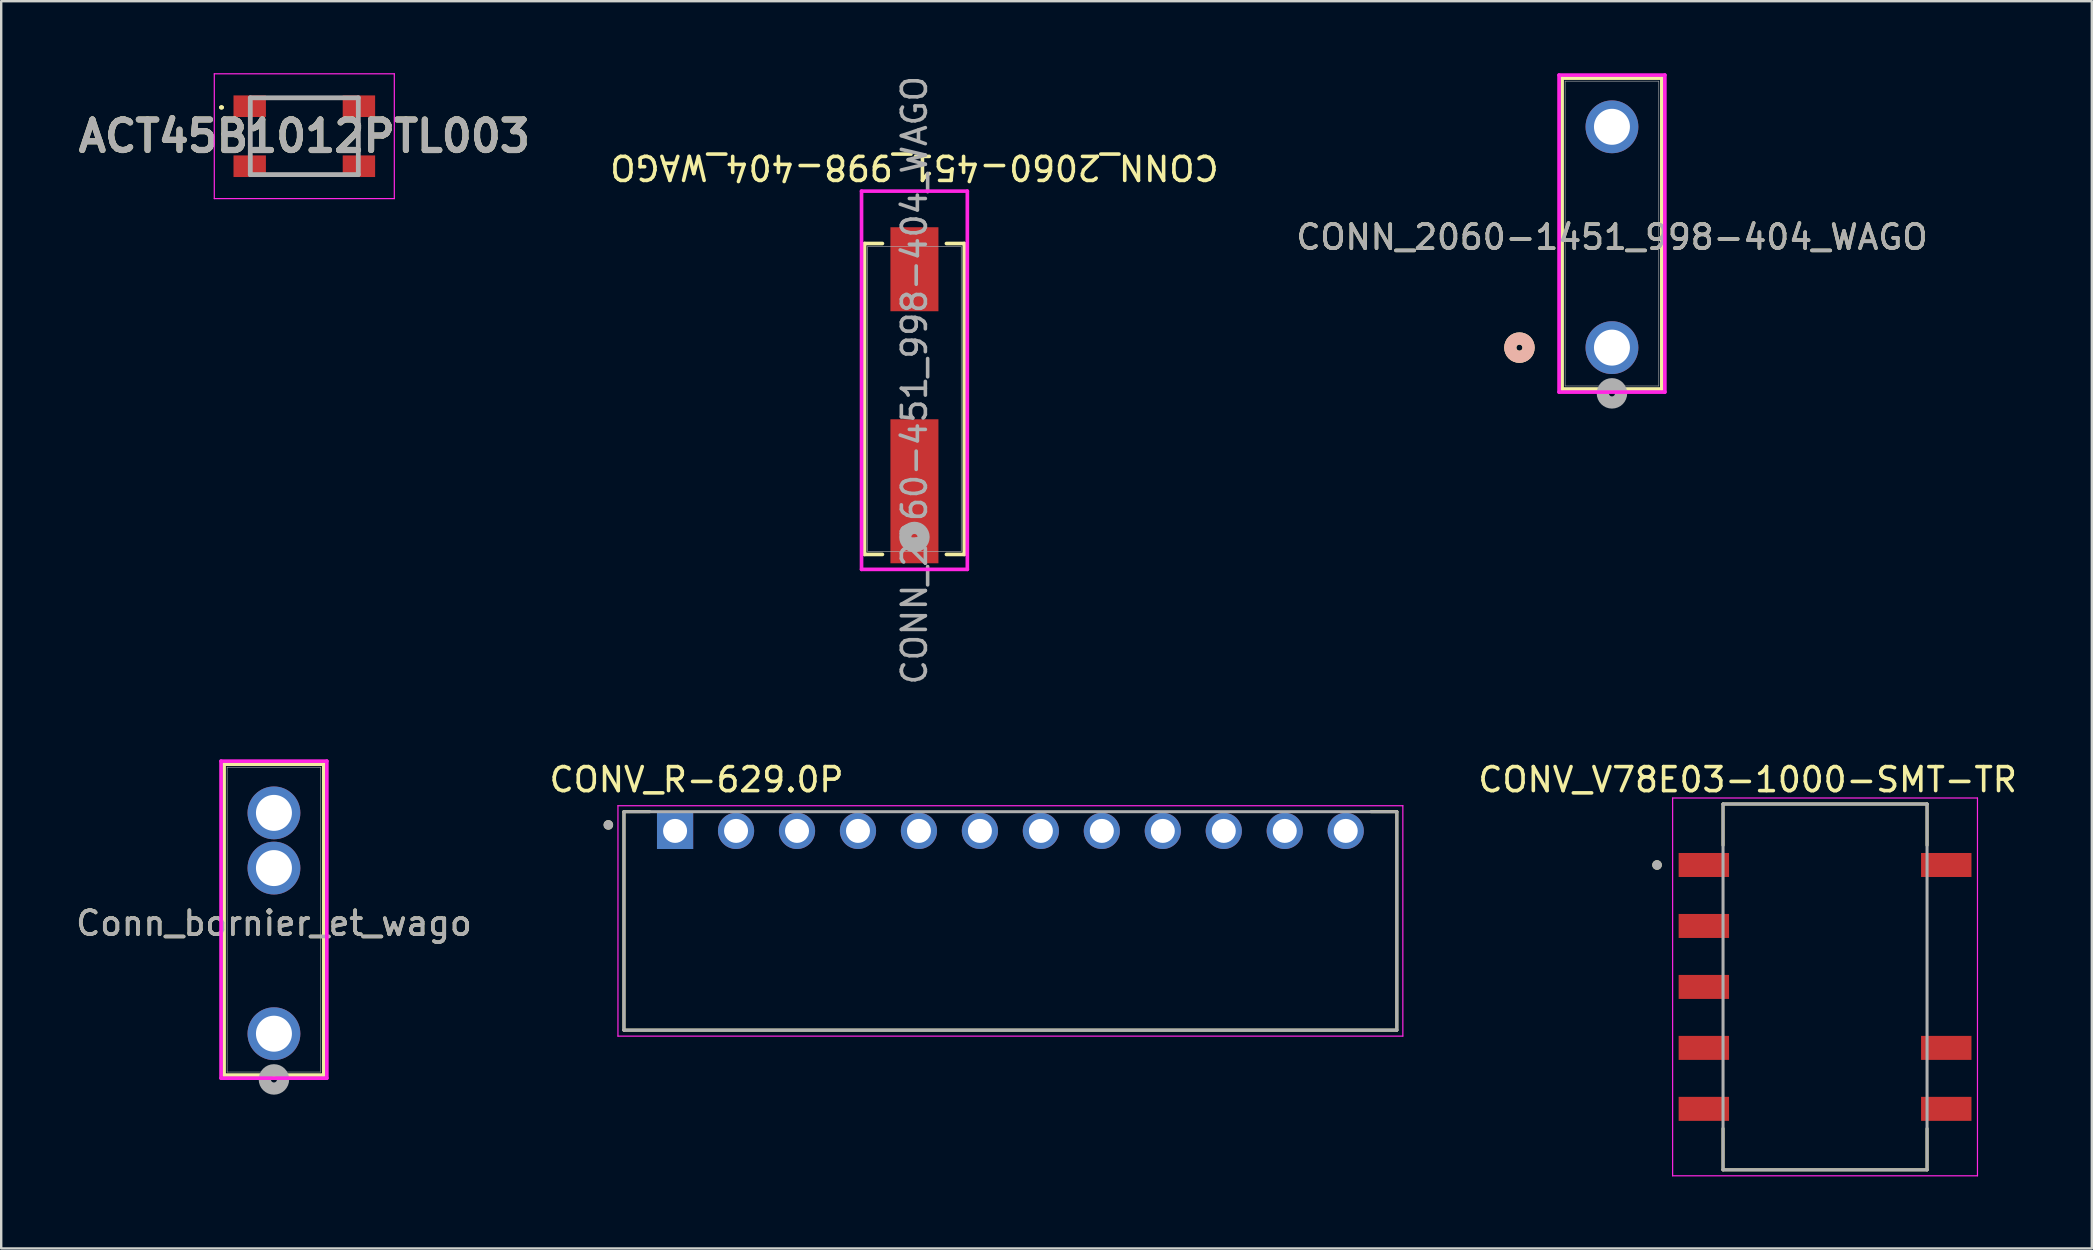
<source format=kicad_pcb>
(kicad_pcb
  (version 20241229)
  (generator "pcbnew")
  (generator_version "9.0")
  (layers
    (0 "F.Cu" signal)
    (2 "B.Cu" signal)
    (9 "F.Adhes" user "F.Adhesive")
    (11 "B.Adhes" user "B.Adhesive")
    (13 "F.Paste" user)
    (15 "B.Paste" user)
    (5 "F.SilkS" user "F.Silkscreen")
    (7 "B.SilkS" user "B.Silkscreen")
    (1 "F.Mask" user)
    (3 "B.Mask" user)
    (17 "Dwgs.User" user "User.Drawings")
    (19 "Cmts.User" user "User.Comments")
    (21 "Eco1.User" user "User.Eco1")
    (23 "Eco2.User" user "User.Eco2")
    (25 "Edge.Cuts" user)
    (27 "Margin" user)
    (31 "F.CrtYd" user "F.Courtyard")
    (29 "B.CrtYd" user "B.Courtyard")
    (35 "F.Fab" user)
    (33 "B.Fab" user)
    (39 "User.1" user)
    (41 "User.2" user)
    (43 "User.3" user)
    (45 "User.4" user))
  (footprint "Conn_bornier_et_wago"
    (layer "F.Cu")
    (at 8.363 40.016)
    (property "Reference" "Conn_bornier_et_wago" (at 0 -4.6 0) (unlocked yes) (layer "F.SilkS") (effects (font (size 1 1) (thickness 0.15))))
    (attr through_hole)
    (fp_line (start -2.077 -11.229) (end -2.077 1.725) (stroke (width 0.152) (type solid)) (layer "F.SilkS"))
    (fp_line (start -2.077 1.725) (end 2.077 1.725) (stroke (width 0.152) (type solid)) (layer "F.SilkS"))
    (fp_line (start 2.077 -11.229) (end -2.077 -11.229) (stroke (width 0.152) (type solid)) (layer "F.SilkS"))
    (fp_line (start 2.077 1.725) (end 2.077 -11.229) (stroke (width 0.152) (type solid)) (layer "F.SilkS"))
    (fp_line (start -2.204 -11.356) (end -2.204 1.852) (stroke (width 0.152) (type solid)) (layer "F.CrtYd"))
    (fp_line (start -2.204 1.852) (end 2.204 1.852) (stroke (width 0.152) (type solid)) (layer "F.CrtYd"))
    (fp_line (start 2.204 -11.356) (end -2.204 -11.356) (stroke (width 0.152) (type solid)) (layer "F.CrtYd"))
    (fp_line (start 2.204 1.852) (end 2.204 -11.356) (stroke (width 0.152) (type solid)) (layer "F.CrtYd"))
    (fp_line (start -1.95 -11.102) (end -1.95 1.598) (stroke (width 0.025) (type solid)) (layer "F.Fab"))
    (fp_line (start -1.95 1.598) (end 1.95 1.598) (stroke (width 0.025) (type solid)) (layer "F.Fab"))
    (fp_line (start 1.95 -11.102) (end -1.95 -11.102) (stroke (width 0.025) (type solid)) (layer "F.Fab"))
    (fp_line (start 1.95 1.598) (end 1.95 -11.102) (stroke (width 0.025) (type solid)) (layer "F.Fab"))
    (fp_circle (center 0 1.905) (end 0.381 1.905) (stroke (width 0.508) (type solid)) (fill no) (layer "F.Fab"))
    (fp_text user "${REFERENCE}" (at 0 -4.6 0) (unlocked yes) (layer "F.Fab") (effects (font (size 1 1) (thickness 0.15))))
    (pad "1" thru_hole circle (at 0 -9.2) (size 2.2 2.2) (drill 1.499) (layers "*.Cu" "*.Mask"))
    (pad "1" thru_hole circle (at 0 -6.9) (size 2.2 2.2) (drill 1.499) (layers "*.Cu" "*.Mask"))
    (pad "1" thru_hole circle (at 0 0) (size 2.2 2.2) (drill 1.499) (layers "*.Cu" "*.Mask")))
  (footprint "CONN_2060-1451_998-404_WAGO"
    (layer "F.Cu")
    (at 64.107 11.433)
    (property "Reference" "CONN_2060-1451_998-404_WAGO" (at 0 -4.6 0) (unlocked yes) (layer "F.SilkS") (effects (font (size 1 1) (thickness 0.15))))
    (attr through_hole)
    (fp_line (start -2.077 -11.229) (end -2.077 1.725) (stroke (width 0.152) (type solid)) (layer "F.SilkS"))
    (fp_line (start -2.077 1.725) (end 2.077 1.725) (stroke (width 0.152) (type solid)) (layer "F.SilkS"))
    (fp_line (start 2.077 -11.229) (end -2.077 -11.229) (stroke (width 0.152) (type solid)) (layer "F.SilkS"))
    (fp_line (start 2.077 1.725) (end 2.077 -11.229) (stroke (width 0.152) (type solid)) (layer "F.SilkS"))
    (fp_circle (center -3.855 0) (end -3.474 0) (stroke (width 0.508) (type solid)) (fill no) (layer "F.SilkS"))
    (fp_circle (center -3.855 0) (end -3.474 0) (stroke (width 0.508) (type solid)) (fill no) (layer "B.SilkS"))
    (fp_line (start -2.204 -11.356) (end -2.204 1.852) (stroke (width 0.152) (type solid)) (layer "F.CrtYd"))
    (fp_line (start -2.204 1.852) (end 2.204 1.852) (stroke (width 0.152) (type solid)) (layer "F.CrtYd"))
    (fp_line (start 2.204 -11.356) (end -2.204 -11.356) (stroke (width 0.152) (type solid)) (layer "F.CrtYd"))
    (fp_line (start 2.204 1.852) (end 2.204 -11.356) (stroke (width 0.152) (type solid)) (layer "F.CrtYd"))
    (fp_line (start -1.95 -11.102) (end -1.95 1.598) (stroke (width 0.025) (type solid)) (layer "F.Fab"))
    (fp_line (start -1.95 1.598) (end 1.95 1.598) (stroke (width 0.025) (type solid)) (layer "F.Fab"))
    (fp_line (start 1.95 -11.102) (end -1.95 -11.102) (stroke (width 0.025) (type solid)) (layer "F.Fab"))
    (fp_line (start 1.95 1.598) (end 1.95 -11.102) (stroke (width 0.025) (type solid)) (layer "F.Fab"))
    (fp_circle (center 0 1.905) (end 0.381 1.905) (stroke (width 0.508) (type solid)) (fill no) (layer "F.Fab"))
    (fp_text user "${REFERENCE}" (at 0 -4.6 0) (unlocked yes) (layer "F.Fab") (effects (font (size 1 1) (thickness 0.15))))
    (pad "1" thru_hole circle (at 0 0) (size 2.2 2.2) (drill 1.499) (layers "*.Cu" "*.Mask"))
    (pad "2" thru_hole circle (at 0 -9.2) (size 2.2 2.2) (drill 1.499) (layers "*.Cu" "*.Mask")))
  (footprint "ACT45B1012PTL003"
    (layer "F.Cu")
    (at 9.628 2.625)
    (property "Reference" "ACT45B1012PTL003" (at 0 0 0) (layer "F.SilkS") (effects (font (size 1.27 1.27) (thickness 0.254))))
    (attr smd)
    (fp_line (start -3.5 -1.2) (end -3.5 -1.2) (stroke (width 0.1) (type solid)) (layer "F.SilkS"))
    (fp_line (start -3.4 -1.2) (end -3.4 -1.2) (stroke (width 0.1) (type solid)) (layer "F.SilkS"))
    (fp_arc (start -3.5 -1.2) (mid -3.45 -1.25) (end -3.4 -1.2) (stroke (width 0.1) (type solid)) (layer "F.SilkS"))
    (fp_arc (start -3.4 -1.2) (mid -3.45 -1.15) (end -3.5 -1.2) (stroke (width 0.1) (type solid)) (layer "F.SilkS"))
    (fp_line (start -3.75 -2.6) (end 3.75 -2.6) (stroke (width 0.05) (type solid)) (layer "F.CrtYd"))
    (fp_line (start -3.75 2.6) (end -3.75 -2.6) (stroke (width 0.05) (type solid)) (layer "F.CrtYd"))
    (fp_line (start 3.75 -2.6) (end 3.75 2.6) (stroke (width 0.05) (type solid)) (layer "F.CrtYd"))
    (fp_line (start 3.75 2.6) (end -3.75 2.6) (stroke (width 0.05) (type solid)) (layer "F.CrtYd"))
    (fp_line (start -2.25 -1.6) (end 2.25 -1.6) (stroke (width 0.2) (type solid)) (layer "F.Fab"))
    (fp_line (start -2.25 1.6) (end -2.25 -1.6) (stroke (width 0.2) (type solid)) (layer "F.Fab"))
    (fp_line (start 2.25 -1.6) (end 2.25 1.6) (stroke (width 0.2) (type solid)) (layer "F.Fab"))
    (fp_line (start 2.25 1.6) (end -2.25 1.6) (stroke (width 0.2) (type solid)) (layer "F.Fab"))
    (fp_text user "${REFERENCE}" (at 0 0 0) (layer "F.Fab") (effects (font (size 1.27 1.27) (thickness 0.254))))
    (pad "1" smd rect (at -2.275 -1.25 90) (size 0.9 1.35) (layers "F.Cu" "F.Mask" "F.Paste"))
    (pad "2" smd rect (at -2.275 1.25 90) (size 0.9 1.35) (layers "F.Cu" "F.Mask" "F.Paste"))
    (pad "3" smd rect (at 2.275 1.25 90) (size 0.9 1.35) (layers "F.Cu" "F.Mask" "F.Paste"))
    (pad "4" smd rect (at 2.275 -1.25 90) (size 0.9 1.35) (layers "F.Cu" "F.Mask" "F.Paste")))
  (footprint "CONV_R-629.0P"
    (layer "F.Cu")
    (at 39.045 35.317)
    (property "Reference" "CONV_R-629.0P" (at -13.075 -5.885 0) (layer "F.SilkS") (effects (font (size 1 1) (thickness 0.15))))
    (attr through_hole)
    (fp_line (start -16.1 -4.55) (end -16.1 4.55) (stroke (width 0.127) (type solid)) (layer "F.SilkS"))
    (fp_line (start -16.1 4.55) (end 16.1 4.55) (stroke (width 0.127) (type solid)) (layer "F.SilkS"))
    (fp_line (start -15.03 -4.55) (end -16.1 -4.55) (stroke (width 0.127) (type solid)) (layer "F.SilkS"))
    (fp_line (start 16.1 -4.55) (end 15.03 -4.55) (stroke (width 0.127) (type solid)) (layer "F.SilkS"))
    (fp_line (start 16.1 4.55) (end 16.1 -4.55) (stroke (width 0.127) (type solid)) (layer "F.SilkS"))
    (fp_circle (center -16.75 -4) (end -16.65 -4) (stroke (width 0.2) (type solid)) (fill no) (layer "F.SilkS"))
    (fp_line (start -16.35 -4.8) (end 16.35 -4.8) (stroke (width 0.05) (type solid)) (layer "F.CrtYd"))
    (fp_line (start -16.35 4.8) (end -16.35 -4.8) (stroke (width 0.05) (type solid)) (layer "F.CrtYd"))
    (fp_line (start 16.35 -4.8) (end 16.35 4.8) (stroke (width 0.05) (type solid)) (layer "F.CrtYd"))
    (fp_line (start 16.35 4.8) (end -16.35 4.8) (stroke (width 0.05) (type solid)) (layer "F.CrtYd"))
    (fp_line (start -16.1 -4.55) (end -16.1 4.55) (stroke (width 0.127) (type solid)) (layer "F.Fab"))
    (fp_line (start -16.1 4.55) (end 16.1 4.55) (stroke (width 0.127) (type solid)) (layer "F.Fab"))
    (fp_line (start 16.1 -4.55) (end -16.1 -4.55) (stroke (width 0.127) (type solid)) (layer "F.Fab"))
    (fp_line (start 16.1 4.55) (end 16.1 -4.55) (stroke (width 0.127) (type solid)) (layer "F.Fab"))
    (fp_circle (center -16.75 -4) (end -16.65 -4) (stroke (width 0.2) (type solid)) (fill no) (layer "F.Fab"))
    (pad "1" thru_hole rect (at -13.97 -3.75) (size 1.508 1.508) (drill 1) (layers "*.Cu" "*.Mask"))
    (pad "2" thru_hole circle (at -11.43 -3.75) (size 1.508 1.508) (drill 1) (layers "*.Cu" "*.Mask"))
    (pad "3" thru_hole circle (at -8.89 -3.75) (size 1.508 1.508) (drill 1) (layers "*.Cu" "*.Mask"))
    (pad "4" thru_hole circle (at -6.35 -3.75) (size 1.508 1.508) (drill 1) (layers "*.Cu" "*.Mask"))
    (pad "5" thru_hole circle (at -3.81 -3.75) (size 1.508 1.508) (drill 1) (layers "*.Cu" "*.Mask"))
    (pad "6" thru_hole circle (at -1.27 -3.75) (size 1.508 1.508) (drill 1) (layers "*.Cu" "*.Mask"))
    (pad "7" thru_hole circle (at 1.27 -3.75) (size 1.508 1.508) (drill 1) (layers "*.Cu" "*.Mask"))
    (pad "8" thru_hole circle (at 3.81 -3.75) (size 1.508 1.508) (drill 1) (layers "*.Cu" "*.Mask"))
    (pad "9" thru_hole circle (at 6.35 -3.75) (size 1.508 1.508) (drill 1) (layers "*.Cu" "*.Mask"))
    (pad "10" thru_hole circle (at 8.89 -3.75) (size 1.508 1.508) (drill 1) (layers "*.Cu" "*.Mask"))
    (pad "11" thru_hole circle (at 11.43 -3.75) (size 1.508 1.508) (drill 1) (layers "*.Cu" "*.Mask"))
    (pad "12" thru_hole circle (at 13.97 -3.75) (size 1.508 1.508) (drill 1) (layers "*.Cu" "*.Mask")))
  (footprint "CONN_2060-451_998-404_WAGO"
    (layer "F.Cu")
    (at 35.047 13.572)
    (property "Reference" "CONN_2060-451_998-404_WAGO" (at 0 -9.652 180) (unlocked yes) (layer "F.SilkS") (effects (font (size 1 1) (thickness 0.15))))
    (attr smd)
    (fp_line (start -2.077 -6.477) (end -2.077 6.477) (stroke (width 0.152) (type solid)) (layer "F.SilkS"))
    (fp_line (start -2.077 6.477) (end -1.333 6.477) (stroke (width 0.152) (type solid)) (layer "F.SilkS"))
    (fp_line (start -1.333 -6.477) (end -2.077 -6.477) (stroke (width 0.152) (type solid)) (layer "F.SilkS"))
    (fp_line (start 1.333 6.477) (end 2.077 6.477) (stroke (width 0.152) (type solid)) (layer "F.SilkS"))
    (fp_line (start 2.077 -6.477) (end 1.333 -6.477) (stroke (width 0.152) (type solid)) (layer "F.SilkS"))
    (fp_line (start 2.077 6.477) (end 2.077 -6.477) (stroke (width 0.152) (type solid)) (layer "F.SilkS"))
    (fp_poly (pts (xy 0 -5.494) (xy 0.051 -5.494) (xy 0.051 -5.405) (xy 0 -5.405)) (stroke (width 0) (type solid)) (fill yes) (layer "F.Paste"))
    (fp_line (start -2.204 -8.659) (end -2.204 7.099) (stroke (width 0.152) (type solid)) (layer "F.CrtYd"))
    (fp_line (start -2.204 7.099) (end 2.204 7.099) (stroke (width 0.152) (type solid)) (layer "F.CrtYd"))
    (fp_line (start 2.204 -8.659) (end -2.204 -8.659) (stroke (width 0.152) (type solid)) (layer "F.CrtYd"))
    (fp_line (start 2.204 7.099) (end 2.204 -8.659) (stroke (width 0.152) (type solid)) (layer "F.CrtYd"))
    (fp_line (start -1.95 -6.35) (end -1.95 6.35) (stroke (width 0.025) (type solid)) (layer "F.Fab"))
    (fp_line (start -1.95 6.35) (end 1.95 6.35) (stroke (width 0.025) (type solid)) (layer "F.Fab"))
    (fp_line (start 1.95 -6.35) (end -1.95 -6.35) (stroke (width 0.025) (type solid)) (layer "F.Fab"))
    (fp_line (start 1.95 6.35) (end 1.95 -6.35) (stroke (width 0.025) (type solid)) (layer "F.Fab"))
    (fp_circle (center 0 5.75) (end 0.381 5.75) (stroke (width 0.508) (type solid)) (fill no) (layer "F.Fab"))
    (fp_text user "${REFERENCE}" (at 0 -0.78 90) (unlocked yes) (layer "F.Fab") (effects (font (size 1 1) (thickness 0.15))))
    (pad "1" smd rect (at 0 -5.405) (size 2 3.5) (layers "F.Cu" "F.Mask"))
    (pad "1" smd rect (at 0 3.845) (size 2 6) (layers "F.Cu" "F.Mask" "F.Paste")))
  (footprint "CONV_V78E03-1000-SMT-TR"
    (layer "F.Cu")
    (at 72.985 38.067)
    (property "Reference" "CONV_V78E03-1000-SMT-TR" (at -3.225 -8.635 0) (layer "F.SilkS") (effects (font (size 1 1) (thickness 0.15))))
    (attr through_hole)
    (fp_line (start -4.25 -7.62) (end 4.25 -7.62) (stroke (width 0.127) (type solid)) (layer "F.SilkS"))
    (fp_line (start -4.25 -5.9) (end -4.25 -7.62) (stroke (width 0.127) (type solid)) (layer "F.SilkS"))
    (fp_line (start -4.25 7.62) (end -4.25 5.9) (stroke (width 0.127) (type solid)) (layer "F.SilkS"))
    (fp_line (start 4.25 -7.62) (end 4.25 -5.9) (stroke (width 0.127) (type solid)) (layer "F.SilkS"))
    (fp_line (start 4.25 5.9) (end 4.25 7.62) (stroke (width 0.127) (type solid)) (layer "F.SilkS"))
    (fp_line (start 4.25 7.62) (end -4.25 7.62) (stroke (width 0.127) (type solid)) (layer "F.SilkS"))
    (fp_circle (center -7 -5.08) (end -6.9 -5.08) (stroke (width 0.2) (type solid)) (fill no) (layer "F.SilkS"))
    (fp_line (start -6.35 -7.87) (end 6.35 -7.87) (stroke (width 0.05) (type solid)) (layer "F.CrtYd"))
    (fp_line (start -6.35 7.87) (end -6.35 -7.87) (stroke (width 0.05) (type solid)) (layer "F.CrtYd"))
    (fp_line (start 6.35 -7.87) (end 6.35 7.87) (stroke (width 0.05) (type solid)) (layer "F.CrtYd"))
    (fp_line (start 6.35 7.87) (end -6.35 7.87) (stroke (width 0.05) (type solid)) (layer "F.CrtYd"))
    (fp_line (start -4.25 -7.62) (end 4.25 -7.62) (stroke (width 0.127) (type solid)) (layer "F.Fab"))
    (fp_line (start -4.25 7.62) (end -4.25 -7.62) (stroke (width 0.127) (type solid)) (layer "F.Fab"))
    (fp_line (start 4.25 -7.62) (end 4.25 7.62) (stroke (width 0.127) (type solid)) (layer "F.Fab"))
    (fp_line (start 4.25 7.62) (end -4.25 7.62) (stroke (width 0.127) (type solid)) (layer "F.Fab"))
    (fp_circle (center -7 -5.08) (end -6.9 -5.08) (stroke (width 0.2) (type solid)) (fill no) (layer "F.Fab"))
    (pad "1" smd rect (at -5.05 -5.08) (size 2.1 1) (layers "F.Cu" "F.Mask" "F.Paste"))
    (pad "2" smd rect (at -5.05 -2.54) (size 2.1 1) (layers "F.Cu" "F.Mask" "F.Paste"))
    (pad "3" smd rect (at -5.05 0) (size 2.1 1) (layers "F.Cu" "F.Mask" "F.Paste"))
    (pad "4" smd rect (at -5.05 2.54) (size 2.1 1) (layers "F.Cu" "F.Mask" "F.Paste"))
    (pad "5" smd rect (at -5.05 5.08) (size 2.1 1) (layers "F.Cu" "F.Mask" "F.Paste"))
    (pad "6" smd rect (at 5.05 5.08 180) (size 2.1 1) (layers "F.Cu" "F.Mask" "F.Paste"))
    (pad "7" smd rect (at 5.05 2.54 180) (size 2.1 1) (layers "F.Cu" "F.Mask" "F.Paste"))
    (pad "10" smd rect (at 5.05 -5.08 180) (size 2.1 1) (layers "F.Cu" "F.Mask" "F.Paste")))
  (gr_rect
    (start -3 -3)
    (end 84.099 48.962)
    (stroke (width 0.1) (type default))
    (fill no)
    (layer "Edge.Cuts")))
</source>
